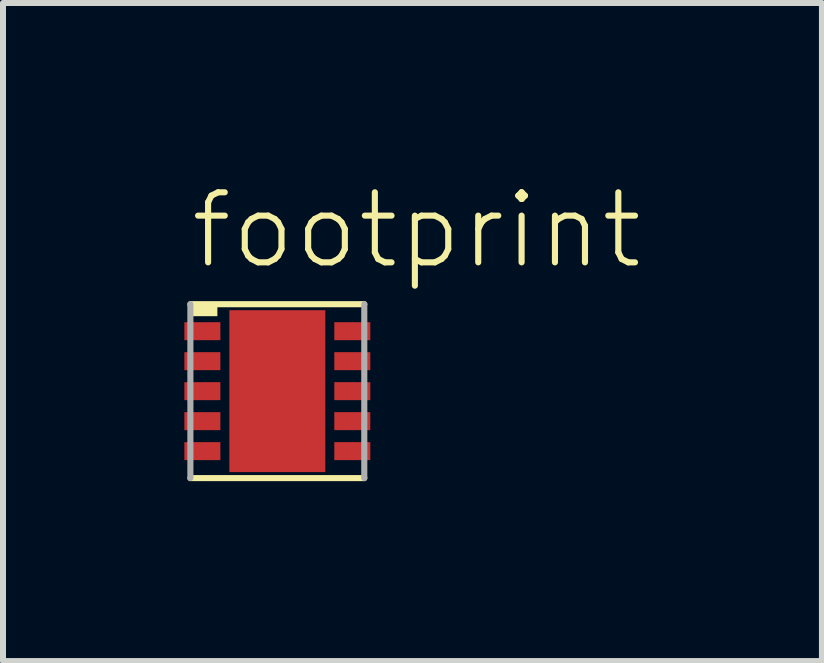
<source format=kicad_pcb>
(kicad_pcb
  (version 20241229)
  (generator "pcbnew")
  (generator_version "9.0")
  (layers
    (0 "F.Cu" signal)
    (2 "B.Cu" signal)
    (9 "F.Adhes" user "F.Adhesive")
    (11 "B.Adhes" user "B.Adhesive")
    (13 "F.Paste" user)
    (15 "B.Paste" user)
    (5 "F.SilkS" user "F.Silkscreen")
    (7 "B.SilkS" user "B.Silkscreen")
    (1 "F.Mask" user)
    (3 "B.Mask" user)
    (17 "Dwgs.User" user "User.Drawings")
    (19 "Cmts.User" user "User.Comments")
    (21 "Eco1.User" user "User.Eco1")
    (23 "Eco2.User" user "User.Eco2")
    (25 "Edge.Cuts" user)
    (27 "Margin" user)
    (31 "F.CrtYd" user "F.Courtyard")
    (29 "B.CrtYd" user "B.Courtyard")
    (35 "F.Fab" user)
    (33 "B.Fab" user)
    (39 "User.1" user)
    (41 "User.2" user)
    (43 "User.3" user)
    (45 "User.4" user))
  (footprint "footprint"
    (layer "F.Cu")
    (at 1.575 3.473)
    (property "Reference" "footprint" (at -1.5 -2 0) (layer "F.SilkS") (effects (font (size 1.168 1.168) (thickness 0.102)) (justify left bottom)))
    (fp_poly (pts (xy -1.575 -0.825) (xy -0.925 -0.825) (xy -0.925 -1.175) (xy -1.575 -1.175)) (stroke (width 0) (type solid)) (fill yes) (layer "F.Mask"))
    (fp_poly (pts (xy -1.575 -0.325) (xy -0.925 -0.325) (xy -0.925 -0.675) (xy -1.575 -0.675)) (stroke (width 0) (type solid)) (fill yes) (layer "F.Mask"))
    (fp_poly (pts (xy -1.575 0.175) (xy -0.925 0.175) (xy -0.925 -0.175) (xy -1.575 -0.175)) (stroke (width 0) (type solid)) (fill yes) (layer "F.Mask"))
    (fp_poly (pts (xy -1.575 0.675) (xy -0.925 0.675) (xy -0.925 0.325) (xy -1.575 0.325)) (stroke (width 0) (type solid)) (fill yes) (layer "F.Mask"))
    (fp_poly (pts (xy -1.575 1.175) (xy -0.925 1.175) (xy -0.925 0.825) (xy -1.575 0.825)) (stroke (width 0) (type solid)) (fill yes) (layer "F.Mask"))
    (fp_poly (pts (xy 1.575 -1.175) (xy 0.925 -1.175) (xy 0.925 -0.825) (xy 1.575 -0.825)) (stroke (width 0) (type solid)) (fill yes) (layer "F.Mask"))
    (fp_poly (pts (xy 1.575 -0.675) (xy 0.925 -0.675) (xy 0.925 -0.325) (xy 1.575 -0.325)) (stroke (width 0) (type solid)) (fill yes) (layer "F.Mask"))
    (fp_poly (pts (xy 1.575 -0.175) (xy 0.925 -0.175) (xy 0.925 0.175) (xy 1.575 0.175)) (stroke (width 0) (type solid)) (fill yes) (layer "F.Mask"))
    (fp_poly (pts (xy 1.575 0.325) (xy 0.925 0.325) (xy 0.925 0.675) (xy 1.575 0.675)) (stroke (width 0) (type solid)) (fill yes) (layer "F.Mask"))
    (fp_poly (pts (xy 1.575 0.825) (xy 0.925 0.825) (xy 0.925 1.175) (xy 1.575 1.175)) (stroke (width 0) (type solid)) (fill yes) (layer "F.Mask"))
    (fp_poly (pts (xy 0.802 1.352) (xy -0.802 1.352) (xy -0.802 -1.167) (xy -0.617 -1.352) (xy 0.802 -1.352)) (stroke (width 0) (type solid)) (fill yes) (layer "F.Mask"))
    (fp_line (start -1.45 -1.45) (end 1.45 -1.45) (stroke (width 0.102) (type solid)) (layer "F.SilkS"))
    (fp_line (start 1.45 1.45) (end -1.45 1.45) (stroke (width 0.102) (type solid)) (layer "F.SilkS"))
    (fp_poly (pts (xy -1.425 -1.25) (xy -1 -1.25) (xy -1 -1.425) (xy -1.425 -1.425)) (stroke (width 0) (type solid)) (fill yes) (layer "F.SilkS"))
    (fp_poly (pts (xy -1.525 -0.875) (xy -0.975 -0.875) (xy -0.975 -1.125) (xy -1.525 -1.125)) (stroke (width 0) (type solid)) (fill yes) (layer "F.Paste"))
    (fp_poly (pts (xy -1.525 -0.375) (xy -0.975 -0.375) (xy -0.975 -0.625) (xy -1.525 -0.625)) (stroke (width 0) (type solid)) (fill yes) (layer "F.Paste"))
    (fp_poly (pts (xy -1.525 0.125) (xy -0.975 0.125) (xy -0.975 -0.125) (xy -1.525 -0.125)) (stroke (width 0) (type solid)) (fill yes) (layer "F.Paste"))
    (fp_poly (pts (xy -1.525 0.625) (xy -0.975 0.625) (xy -0.975 0.375) (xy -1.525 0.375)) (stroke (width 0) (type solid)) (fill yes) (layer "F.Paste"))
    (fp_poly (pts (xy -1.525 1.125) (xy -0.975 1.125) (xy -0.975 0.875) (xy -1.525 0.875)) (stroke (width 0) (type solid)) (fill yes) (layer "F.Paste"))
    (fp_poly (pts (xy 1.525 -1.125) (xy 0.975 -1.125) (xy 0.975 -0.875) (xy 1.525 -0.875)) (stroke (width 0) (type solid)) (fill yes) (layer "F.Paste"))
    (fp_poly (pts (xy 1.525 -0.625) (xy 0.975 -0.625) (xy 0.975 -0.375) (xy 1.525 -0.375)) (stroke (width 0) (type solid)) (fill yes) (layer "F.Paste"))
    (fp_poly (pts (xy 1.525 -0.125) (xy 0.975 -0.125) (xy 0.975 0.125) (xy 1.525 0.125)) (stroke (width 0) (type solid)) (fill yes) (layer "F.Paste"))
    (fp_poly (pts (xy 1.525 0.375) (xy 0.975 0.375) (xy 0.975 0.625) (xy 1.525 0.625)) (stroke (width 0) (type solid)) (fill yes) (layer "F.Paste"))
    (fp_poly (pts (xy 1.525 0.875) (xy 0.975 0.875) (xy 0.975 1.125) (xy 1.525 1.125)) (stroke (width 0) (type solid)) (fill yes) (layer "F.Paste"))
    (fp_poly (pts (xy 0.702 1.277) (xy -0.727 1.277) (xy -0.727 -1.042) (xy -0.492 -1.277) (xy 0.702 -1.277)) (stroke (width 0) (type solid)) (fill yes) (layer "F.Paste"))
    (fp_line (start -1.45 1.45) (end -1.45 -1.45) (stroke (width 0.102) (type solid)) (layer "F.Fab"))
    (fp_line (start 1.45 -1.45) (end 1.45 1.45) (stroke (width 0.102) (type solid)) (layer "F.Fab"))
    (pad "1" smd rect (at -1.25 -1) (size 0.6 0.3) (layers "F.Cu"))
    (pad "2" smd rect (at -1.25 -0.5) (size 0.6 0.3) (layers "F.Cu"))
    (pad "3" smd rect (at -1.25 0) (size 0.6 0.3) (layers "F.Cu"))
    (pad "4" smd rect (at -1.25 0.5) (size 0.6 0.3) (layers "F.Cu"))
    (pad "5" smd rect (at -1.25 1) (size 0.6 0.3) (layers "F.Cu"))
    (pad "6" smd rect (at 1.25 1) (size 0.6 0.3) (layers "F.Cu"))
    (pad "7" smd rect (at 1.25 0.5) (size 0.6 0.3) (layers "F.Cu"))
    (pad "8" smd rect (at 1.25 0) (size 0.6 0.3) (layers "F.Cu"))
    (pad "9" smd rect (at 1.25 -0.5) (size 0.6 0.3) (layers "F.Cu"))
    (pad "10" smd rect (at 1.25 -1) (size 0.6 0.3) (layers "F.Cu"))
    (pad "11" smd rect (at 0 0) (size 1.6 2.7) (layers "F.Cu")))
  (gr_rect
    (start -3 -3)
    (end 10.657 7.974)
    (stroke (width 0.1) (type default))
    (fill no)
    (layer "Edge.Cuts")))
</source>
